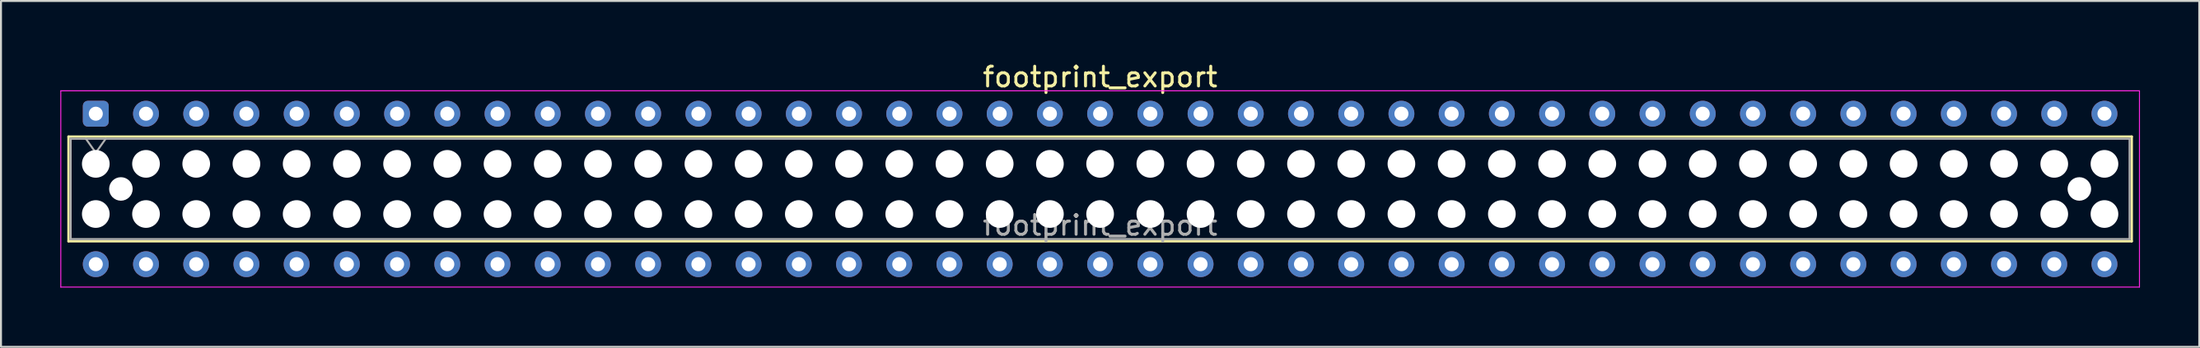
<source format=kicad_pcb>
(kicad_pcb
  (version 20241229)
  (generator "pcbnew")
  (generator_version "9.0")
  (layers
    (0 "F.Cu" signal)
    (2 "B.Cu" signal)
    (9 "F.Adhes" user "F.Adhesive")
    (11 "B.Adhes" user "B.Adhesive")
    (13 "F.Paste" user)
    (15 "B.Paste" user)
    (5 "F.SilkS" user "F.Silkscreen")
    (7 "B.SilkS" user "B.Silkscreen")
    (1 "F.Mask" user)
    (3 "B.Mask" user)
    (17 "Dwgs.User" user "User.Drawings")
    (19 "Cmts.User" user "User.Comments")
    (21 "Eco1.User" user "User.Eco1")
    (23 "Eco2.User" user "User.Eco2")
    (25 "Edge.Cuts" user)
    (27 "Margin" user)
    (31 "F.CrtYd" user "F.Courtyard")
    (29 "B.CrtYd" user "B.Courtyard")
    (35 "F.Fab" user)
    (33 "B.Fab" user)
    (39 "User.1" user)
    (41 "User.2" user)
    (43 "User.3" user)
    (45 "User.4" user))
  (footprint "footprint_export"
    (layer "F.Cu")
    (at 1.795 2.708)
    (property "Reference" "footprint_export" (at 50.8 -1.86 0) (layer "F.SilkS") (effects (font (size 1 1) (thickness 0.15))))
    (attr through_hole)
    (fp_line (start -1.38 1.16) (end 102.98 1.16) (stroke (width 0.12) (type solid)) (layer "F.SilkS"))
    (fp_line (start -1.38 6.46) (end -1.38 1.16) (stroke (width 0.12) (type solid)) (layer "F.SilkS"))
    (fp_line (start 102.98 1.16) (end 102.98 6.46) (stroke (width 0.12) (type solid)) (layer "F.SilkS"))
    (fp_line (start 102.98 6.46) (end -1.38 6.46) (stroke (width 0.12) (type solid)) (layer "F.SilkS"))
    (fp_line (start -1.77 -1.16) (end 103.37 -1.16) (stroke (width 0.05) (type solid)) (layer "F.CrtYd"))
    (fp_line (start -1.77 8.78) (end -1.77 -1.16) (stroke (width 0.05) (type solid)) (layer "F.CrtYd"))
    (fp_line (start 103.37 -1.16) (end 103.37 8.78) (stroke (width 0.05) (type solid)) (layer "F.CrtYd"))
    (fp_line (start 103.37 8.78) (end -1.77 8.78) (stroke (width 0.05) (type solid)) (layer "F.CrtYd"))
    (fp_line (start -1.27 1.27) (end 102.87 1.27) (stroke (width 0.1) (type solid)) (layer "F.Fab"))
    (fp_line (start -1.27 6.35) (end -1.27 1.27) (stroke (width 0.1) (type solid)) (layer "F.Fab"))
    (fp_line (start -0.5 1.27) (end 0 1.977) (stroke (width 0.1) (type solid)) (layer "F.Fab"))
    (fp_line (start 0 1.977) (end 0.5 1.27) (stroke (width 0.1) (type solid)) (layer "F.Fab"))
    (fp_line (start 102.87 1.27) (end 102.87 6.35) (stroke (width 0.1) (type solid)) (layer "F.Fab"))
    (fp_line (start 102.87 6.35) (end -1.27 6.35) (stroke (width 0.1) (type solid)) (layer "F.Fab"))
    (fp_text user "${REFERENCE}" (at 50.8 5.65 0) (layer "F.Fab") (effects (font (size 1 1) (thickness 0.15))))
    (pad "" np_thru_hole circle (at 0 2.54) (size 1.4 1.4) (drill 1.4) (layers "*.Cu" "*.Mask"))
    (pad "" np_thru_hole circle (at 0 5.08) (size 1.4 1.4) (drill 1.4) (layers "*.Cu" "*.Mask"))
    (pad "" np_thru_hole circle (at 1.27 3.81) (size 1.19 1.19) (drill 1.19) (layers "*.Cu" "*.Mask"))
    (pad "" np_thru_hole circle (at 2.54 2.54) (size 1.4 1.4) (drill 1.4) (layers "*.Cu" "*.Mask"))
    (pad "" np_thru_hole circle (at 2.54 5.08) (size 1.4 1.4) (drill 1.4) (layers "*.Cu" "*.Mask"))
    (pad "" np_thru_hole circle (at 5.08 2.54) (size 1.4 1.4) (drill 1.4) (layers "*.Cu" "*.Mask"))
    (pad "" np_thru_hole circle (at 5.08 5.08) (size 1.4 1.4) (drill 1.4) (layers "*.Cu" "*.Mask"))
    (pad "" np_thru_hole circle (at 7.62 2.54) (size 1.4 1.4) (drill 1.4) (layers "*.Cu" "*.Mask"))
    (pad "" np_thru_hole circle (at 7.62 5.08) (size 1.4 1.4) (drill 1.4) (layers "*.Cu" "*.Mask"))
    (pad "" np_thru_hole circle (at 10.16 2.54) (size 1.4 1.4) (drill 1.4) (layers "*.Cu" "*.Mask"))
    (pad "" np_thru_hole circle (at 10.16 5.08) (size 1.4 1.4) (drill 1.4) (layers "*.Cu" "*.Mask"))
    (pad "" np_thru_hole circle (at 12.7 2.54) (size 1.4 1.4) (drill 1.4) (layers "*.Cu" "*.Mask"))
    (pad "" np_thru_hole circle (at 12.7 5.08) (size 1.4 1.4) (drill 1.4) (layers "*.Cu" "*.Mask"))
    (pad "" np_thru_hole circle (at 15.24 2.54) (size 1.4 1.4) (drill 1.4) (layers "*.Cu" "*.Mask"))
    (pad "" np_thru_hole circle (at 15.24 5.08) (size 1.4 1.4) (drill 1.4) (layers "*.Cu" "*.Mask"))
    (pad "" np_thru_hole circle (at 17.78 2.54) (size 1.4 1.4) (drill 1.4) (layers "*.Cu" "*.Mask"))
    (pad "" np_thru_hole circle (at 17.78 5.08) (size 1.4 1.4) (drill 1.4) (layers "*.Cu" "*.Mask"))
    (pad "" np_thru_hole circle (at 20.32 2.54) (size 1.4 1.4) (drill 1.4) (layers "*.Cu" "*.Mask"))
    (pad "" np_thru_hole circle (at 20.32 5.08) (size 1.4 1.4) (drill 1.4) (layers "*.Cu" "*.Mask"))
    (pad "" np_thru_hole circle (at 22.86 2.54) (size 1.4 1.4) (drill 1.4) (layers "*.Cu" "*.Mask"))
    (pad "" np_thru_hole circle (at 22.86 5.08) (size 1.4 1.4) (drill 1.4) (layers "*.Cu" "*.Mask"))
    (pad "" np_thru_hole circle (at 25.4 2.54) (size 1.4 1.4) (drill 1.4) (layers "*.Cu" "*.Mask"))
    (pad "" np_thru_hole circle (at 25.4 5.08) (size 1.4 1.4) (drill 1.4) (layers "*.Cu" "*.Mask"))
    (pad "" np_thru_hole circle (at 27.94 2.54) (size 1.4 1.4) (drill 1.4) (layers "*.Cu" "*.Mask"))
    (pad "" np_thru_hole circle (at 27.94 5.08) (size 1.4 1.4) (drill 1.4) (layers "*.Cu" "*.Mask"))
    (pad "" np_thru_hole circle (at 30.48 2.54) (size 1.4 1.4) (drill 1.4) (layers "*.Cu" "*.Mask"))
    (pad "" np_thru_hole circle (at 30.48 5.08) (size 1.4 1.4) (drill 1.4) (layers "*.Cu" "*.Mask"))
    (pad "" np_thru_hole circle (at 33.02 2.54) (size 1.4 1.4) (drill 1.4) (layers "*.Cu" "*.Mask"))
    (pad "" np_thru_hole circle (at 33.02 5.08) (size 1.4 1.4) (drill 1.4) (layers "*.Cu" "*.Mask"))
    (pad "" np_thru_hole circle (at 35.56 2.54) (size 1.4 1.4) (drill 1.4) (layers "*.Cu" "*.Mask"))
    (pad "" np_thru_hole circle (at 35.56 5.08) (size 1.4 1.4) (drill 1.4) (layers "*.Cu" "*.Mask"))
    (pad "" np_thru_hole circle (at 38.1 2.54) (size 1.4 1.4) (drill 1.4) (layers "*.Cu" "*.Mask"))
    (pad "" np_thru_hole circle (at 38.1 5.08) (size 1.4 1.4) (drill 1.4) (layers "*.Cu" "*.Mask"))
    (pad "" np_thru_hole circle (at 40.64 2.54) (size 1.4 1.4) (drill 1.4) (layers "*.Cu" "*.Mask"))
    (pad "" np_thru_hole circle (at 40.64 5.08) (size 1.4 1.4) (drill 1.4) (layers "*.Cu" "*.Mask"))
    (pad "" np_thru_hole circle (at 43.18 2.54) (size 1.4 1.4) (drill 1.4) (layers "*.Cu" "*.Mask"))
    (pad "" np_thru_hole circle (at 43.18 5.08) (size 1.4 1.4) (drill 1.4) (layers "*.Cu" "*.Mask"))
    (pad "" np_thru_hole circle (at 45.72 2.54) (size 1.4 1.4) (drill 1.4) (layers "*.Cu" "*.Mask"))
    (pad "" np_thru_hole circle (at 45.72 5.08) (size 1.4 1.4) (drill 1.4) (layers "*.Cu" "*.Mask"))
    (pad "" np_thru_hole circle (at 48.26 2.54) (size 1.4 1.4) (drill 1.4) (layers "*.Cu" "*.Mask"))
    (pad "" np_thru_hole circle (at 48.26 5.08) (size 1.4 1.4) (drill 1.4) (layers "*.Cu" "*.Mask"))
    (pad "" np_thru_hole circle (at 50.8 2.54) (size 1.4 1.4) (drill 1.4) (layers "*.Cu" "*.Mask"))
    (pad "" np_thru_hole circle (at 50.8 5.08) (size 1.4 1.4) (drill 1.4) (layers "*.Cu" "*.Mask"))
    (pad "" np_thru_hole circle (at 53.34 2.54) (size 1.4 1.4) (drill 1.4) (layers "*.Cu" "*.Mask"))
    (pad "" np_thru_hole circle (at 53.34 5.08) (size 1.4 1.4) (drill 1.4) (layers "*.Cu" "*.Mask"))
    (pad "" np_thru_hole circle (at 55.88 2.54) (size 1.4 1.4) (drill 1.4) (layers "*.Cu" "*.Mask"))
    (pad "" np_thru_hole circle (at 55.88 5.08) (size 1.4 1.4) (drill 1.4) (layers "*.Cu" "*.Mask"))
    (pad "" np_thru_hole circle (at 58.42 2.54) (size 1.4 1.4) (drill 1.4) (layers "*.Cu" "*.Mask"))
    (pad "" np_thru_hole circle (at 58.42 5.08) (size 1.4 1.4) (drill 1.4) (layers "*.Cu" "*.Mask"))
    (pad "" np_thru_hole circle (at 60.96 2.54) (size 1.4 1.4) (drill 1.4) (layers "*.Cu" "*.Mask"))
    (pad "" np_thru_hole circle (at 60.96 5.08) (size 1.4 1.4) (drill 1.4) (layers "*.Cu" "*.Mask"))
    (pad "" np_thru_hole circle (at 63.5 2.54) (size 1.4 1.4) (drill 1.4) (layers "*.Cu" "*.Mask"))
    (pad "" np_thru_hole circle (at 63.5 5.08) (size 1.4 1.4) (drill 1.4) (layers "*.Cu" "*.Mask"))
    (pad "" np_thru_hole circle (at 66.04 2.54) (size 1.4 1.4) (drill 1.4) (layers "*.Cu" "*.Mask"))
    (pad "" np_thru_hole circle (at 66.04 5.08) (size 1.4 1.4) (drill 1.4) (layers "*.Cu" "*.Mask"))
    (pad "" np_thru_hole circle (at 68.58 2.54) (size 1.4 1.4) (drill 1.4) (layers "*.Cu" "*.Mask"))
    (pad "" np_thru_hole circle (at 68.58 5.08) (size 1.4 1.4) (drill 1.4) (layers "*.Cu" "*.Mask"))
    (pad "" np_thru_hole circle (at 71.12 2.54) (size 1.4 1.4) (drill 1.4) (layers "*.Cu" "*.Mask"))
    (pad "" np_thru_hole circle (at 71.12 5.08) (size 1.4 1.4) (drill 1.4) (layers "*.Cu" "*.Mask"))
    (pad "" np_thru_hole circle (at 73.66 2.54) (size 1.4 1.4) (drill 1.4) (layers "*.Cu" "*.Mask"))
    (pad "" np_thru_hole circle (at 73.66 5.08) (size 1.4 1.4) (drill 1.4) (layers "*.Cu" "*.Mask"))
    (pad "" np_thru_hole circle (at 76.2 2.54) (size 1.4 1.4) (drill 1.4) (layers "*.Cu" "*.Mask"))
    (pad "" np_thru_hole circle (at 76.2 5.08) (size 1.4 1.4) (drill 1.4) (layers "*.Cu" "*.Mask"))
    (pad "" np_thru_hole circle (at 78.74 2.54) (size 1.4 1.4) (drill 1.4) (layers "*.Cu" "*.Mask"))
    (pad "" np_thru_hole circle (at 78.74 5.08) (size 1.4 1.4) (drill 1.4) (layers "*.Cu" "*.Mask"))
    (pad "" np_thru_hole circle (at 81.28 2.54) (size 1.4 1.4) (drill 1.4) (layers "*.Cu" "*.Mask"))
    (pad "" np_thru_hole circle (at 81.28 5.08) (size 1.4 1.4) (drill 1.4) (layers "*.Cu" "*.Mask"))
    (pad "" np_thru_hole circle (at 83.82 2.54) (size 1.4 1.4) (drill 1.4) (layers "*.Cu" "*.Mask"))
    (pad "" np_thru_hole circle (at 83.82 5.08) (size 1.4 1.4) (drill 1.4) (layers "*.Cu" "*.Mask"))
    (pad "" np_thru_hole circle (at 86.36 2.54) (size 1.4 1.4) (drill 1.4) (layers "*.Cu" "*.Mask"))
    (pad "" np_thru_hole circle (at 86.36 5.08) (size 1.4 1.4) (drill 1.4) (layers "*.Cu" "*.Mask"))
    (pad "" np_thru_hole circle (at 88.9 2.54) (size 1.4 1.4) (drill 1.4) (layers "*.Cu" "*.Mask"))
    (pad "" np_thru_hole circle (at 88.9 5.08) (size 1.4 1.4) (drill 1.4) (layers "*.Cu" "*.Mask"))
    (pad "" np_thru_hole circle (at 91.44 2.54) (size 1.4 1.4) (drill 1.4) (layers "*.Cu" "*.Mask"))
    (pad "" np_thru_hole circle (at 91.44 5.08) (size 1.4 1.4) (drill 1.4) (layers "*.Cu" "*.Mask"))
    (pad "" np_thru_hole circle (at 93.98 2.54) (size 1.4 1.4) (drill 1.4) (layers "*.Cu" "*.Mask"))
    (pad "" np_thru_hole circle (at 93.98 5.08) (size 1.4 1.4) (drill 1.4) (layers "*.Cu" "*.Mask"))
    (pad "" np_thru_hole circle (at 96.52 2.54) (size 1.4 1.4) (drill 1.4) (layers "*.Cu" "*.Mask"))
    (pad "" np_thru_hole circle (at 96.52 5.08) (size 1.4 1.4) (drill 1.4) (layers "*.Cu" "*.Mask"))
    (pad "" np_thru_hole circle (at 99.06 2.54) (size 1.4 1.4) (drill 1.4) (layers "*.Cu" "*.Mask"))
    (pad "" np_thru_hole circle (at 99.06 5.08) (size 1.4 1.4) (drill 1.4) (layers "*.Cu" "*.Mask"))
    (pad "" np_thru_hole circle (at 100.33 3.81) (size 1.19 1.19) (drill 1.19) (layers "*.Cu" "*.Mask"))
    (pad "" np_thru_hole circle (at 101.6 2.54) (size 1.4 1.4) (drill 1.4) (layers "*.Cu" "*.Mask"))
    (pad "" np_thru_hole circle (at 101.6 5.08) (size 1.4 1.4) (drill 1.4) (layers "*.Cu" "*.Mask"))
    (pad "1" thru_hole roundrect (at 0 0) (size 1.31 1.31) (drill 0.71) (layers "*.Cu" "*.Mask") (roundrect_rratio 0.191))
    (pad "2" thru_hole circle (at 0 7.62) (size 1.31 1.31) (drill 0.71) (layers "*.Cu" "*.Mask"))
    (pad "3" thru_hole circle (at 2.54 0) (size 1.31 1.31) (drill 0.71) (layers "*.Cu" "*.Mask"))
    (pad "4" thru_hole circle (at 2.54 7.62) (size 1.31 1.31) (drill 0.71) (layers "*.Cu" "*.Mask"))
    (pad "5" thru_hole circle (at 5.08 0) (size 1.31 1.31) (drill 0.71) (layers "*.Cu" "*.Mask"))
    (pad "6" thru_hole circle (at 5.08 7.62) (size 1.31 1.31) (drill 0.71) (layers "*.Cu" "*.Mask"))
    (pad "7" thru_hole circle (at 7.62 0) (size 1.31 1.31) (drill 0.71) (layers "*.Cu" "*.Mask"))
    (pad "8" thru_hole circle (at 7.62 7.62) (size 1.31 1.31) (drill 0.71) (layers "*.Cu" "*.Mask"))
    (pad "9" thru_hole circle (at 10.16 0) (size 1.31 1.31) (drill 0.71) (layers "*.Cu" "*.Mask"))
    (pad "10" thru_hole circle (at 10.16 7.62) (size 1.31 1.31) (drill 0.71) (layers "*.Cu" "*.Mask"))
    (pad "11" thru_hole circle (at 12.7 0) (size 1.31 1.31) (drill 0.71) (layers "*.Cu" "*.Mask"))
    (pad "12" thru_hole circle (at 12.7 7.62) (size 1.31 1.31) (drill 0.71) (layers "*.Cu" "*.Mask"))
    (pad "13" thru_hole circle (at 15.24 0) (size 1.31 1.31) (drill 0.71) (layers "*.Cu" "*.Mask"))
    (pad "14" thru_hole circle (at 15.24 7.62) (size 1.31 1.31) (drill 0.71) (layers "*.Cu" "*.Mask"))
    (pad "15" thru_hole circle (at 17.78 0) (size 1.31 1.31) (drill 0.71) (layers "*.Cu" "*.Mask"))
    (pad "16" thru_hole circle (at 17.78 7.62) (size 1.31 1.31) (drill 0.71) (layers "*.Cu" "*.Mask"))
    (pad "17" thru_hole circle (at 20.32 0) (size 1.31 1.31) (drill 0.71) (layers "*.Cu" "*.Mask"))
    (pad "18" thru_hole circle (at 20.32 7.62) (size 1.31 1.31) (drill 0.71) (layers "*.Cu" "*.Mask"))
    (pad "19" thru_hole circle (at 22.86 0) (size 1.31 1.31) (drill 0.71) (layers "*.Cu" "*.Mask"))
    (pad "20" thru_hole circle (at 22.86 7.62) (size 1.31 1.31) (drill 0.71) (layers "*.Cu" "*.Mask"))
    (pad "21" thru_hole circle (at 25.4 0) (size 1.31 1.31) (drill 0.71) (layers "*.Cu" "*.Mask"))
    (pad "22" thru_hole circle (at 25.4 7.62) (size 1.31 1.31) (drill 0.71) (layers "*.Cu" "*.Mask"))
    (pad "23" thru_hole circle (at 27.94 0) (size 1.31 1.31) (drill 0.71) (layers "*.Cu" "*.Mask"))
    (pad "24" thru_hole circle (at 27.94 7.62) (size 1.31 1.31) (drill 0.71) (layers "*.Cu" "*.Mask"))
    (pad "25" thru_hole circle (at 30.48 0) (size 1.31 1.31) (drill 0.71) (layers "*.Cu" "*.Mask"))
    (pad "26" thru_hole circle (at 30.48 7.62) (size 1.31 1.31) (drill 0.71) (layers "*.Cu" "*.Mask"))
    (pad "27" thru_hole circle (at 33.02 0) (size 1.31 1.31) (drill 0.71) (layers "*.Cu" "*.Mask"))
    (pad "28" thru_hole circle (at 33.02 7.62) (size 1.31 1.31) (drill 0.71) (layers "*.Cu" "*.Mask"))
    (pad "29" thru_hole circle (at 35.56 0) (size 1.31 1.31) (drill 0.71) (layers "*.Cu" "*.Mask"))
    (pad "30" thru_hole circle (at 35.56 7.62) (size 1.31 1.31) (drill 0.71) (layers "*.Cu" "*.Mask"))
    (pad "31" thru_hole circle (at 38.1 0) (size 1.31 1.31) (drill 0.71) (layers "*.Cu" "*.Mask"))
    (pad "32" thru_hole circle (at 38.1 7.62) (size 1.31 1.31) (drill 0.71) (layers "*.Cu" "*.Mask"))
    (pad "33" thru_hole circle (at 40.64 0) (size 1.31 1.31) (drill 0.71) (layers "*.Cu" "*.Mask"))
    (pad "34" thru_hole circle (at 40.64 7.62) (size 1.31 1.31) (drill 0.71) (layers "*.Cu" "*.Mask"))
    (pad "35" thru_hole circle (at 43.18 0) (size 1.31 1.31) (drill 0.71) (layers "*.Cu" "*.Mask"))
    (pad "36" thru_hole circle (at 43.18 7.62) (size 1.31 1.31) (drill 0.71) (layers "*.Cu" "*.Mask"))
    (pad "37" thru_hole circle (at 45.72 0) (size 1.31 1.31) (drill 0.71) (layers "*.Cu" "*.Mask"))
    (pad "38" thru_hole circle (at 45.72 7.62) (size 1.31 1.31) (drill 0.71) (layers "*.Cu" "*.Mask"))
    (pad "39" thru_hole circle (at 48.26 0) (size 1.31 1.31) (drill 0.71) (layers "*.Cu" "*.Mask"))
    (pad "40" thru_hole circle (at 48.26 7.62) (size 1.31 1.31) (drill 0.71) (layers "*.Cu" "*.Mask"))
    (pad "41" thru_hole circle (at 50.8 0) (size 1.31 1.31) (drill 0.71) (layers "*.Cu" "*.Mask"))
    (pad "42" thru_hole circle (at 50.8 7.62) (size 1.31 1.31) (drill 0.71) (layers "*.Cu" "*.Mask"))
    (pad "43" thru_hole circle (at 53.34 0) (size 1.31 1.31) (drill 0.71) (layers "*.Cu" "*.Mask"))
    (pad "44" thru_hole circle (at 53.34 7.62) (size 1.31 1.31) (drill 0.71) (layers "*.Cu" "*.Mask"))
    (pad "45" thru_hole circle (at 55.88 0) (size 1.31 1.31) (drill 0.71) (layers "*.Cu" "*.Mask"))
    (pad "46" thru_hole circle (at 55.88 7.62) (size 1.31 1.31) (drill 0.71) (layers "*.Cu" "*.Mask"))
    (pad "47" thru_hole circle (at 58.42 0) (size 1.31 1.31) (drill 0.71) (layers "*.Cu" "*.Mask"))
    (pad "48" thru_hole circle (at 58.42 7.62) (size 1.31 1.31) (drill 0.71) (layers "*.Cu" "*.Mask"))
    (pad "49" thru_hole circle (at 60.96 0) (size 1.31 1.31) (drill 0.71) (layers "*.Cu" "*.Mask"))
    (pad "50" thru_hole circle (at 60.96 7.62) (size 1.31 1.31) (drill 0.71) (layers "*.Cu" "*.Mask"))
    (pad "51" thru_hole circle (at 63.5 0) (size 1.31 1.31) (drill 0.71) (layers "*.Cu" "*.Mask"))
    (pad "52" thru_hole circle (at 63.5 7.62) (size 1.31 1.31) (drill 0.71) (layers "*.Cu" "*.Mask"))
    (pad "53" thru_hole circle (at 66.04 0) (size 1.31 1.31) (drill 0.71) (layers "*.Cu" "*.Mask"))
    (pad "54" thru_hole circle (at 66.04 7.62) (size 1.31 1.31) (drill 0.71) (layers "*.Cu" "*.Mask"))
    (pad "55" thru_hole circle (at 68.58 0) (size 1.31 1.31) (drill 0.71) (layers "*.Cu" "*.Mask"))
    (pad "56" thru_hole circle (at 68.58 7.62) (size 1.31 1.31) (drill 0.71) (layers "*.Cu" "*.Mask"))
    (pad "57" thru_hole circle (at 71.12 0) (size 1.31 1.31) (drill 0.71) (layers "*.Cu" "*.Mask"))
    (pad "58" thru_hole circle (at 71.12 7.62) (size 1.31 1.31) (drill 0.71) (layers "*.Cu" "*.Mask"))
    (pad "59" thru_hole circle (at 73.66 0) (size 1.31 1.31) (drill 0.71) (layers "*.Cu" "*.Mask"))
    (pad "60" thru_hole circle (at 73.66 7.62) (size 1.31 1.31) (drill 0.71) (layers "*.Cu" "*.Mask"))
    (pad "61" thru_hole circle (at 76.2 0) (size 1.31 1.31) (drill 0.71) (layers "*.Cu" "*.Mask"))
    (pad "62" thru_hole circle (at 76.2 7.62) (size 1.31 1.31) (drill 0.71) (layers "*.Cu" "*.Mask"))
    (pad "63" thru_hole circle (at 78.74 0) (size 1.31 1.31) (drill 0.71) (layers "*.Cu" "*.Mask"))
    (pad "64" thru_hole circle (at 78.74 7.62) (size 1.31 1.31) (drill 0.71) (layers "*.Cu" "*.Mask"))
    (pad "65" thru_hole circle (at 81.28 0) (size 1.31 1.31) (drill 0.71) (layers "*.Cu" "*.Mask"))
    (pad "66" thru_hole circle (at 81.28 7.62) (size 1.31 1.31) (drill 0.71) (layers "*.Cu" "*.Mask"))
    (pad "67" thru_hole circle (at 83.82 0) (size 1.31 1.31) (drill 0.71) (layers "*.Cu" "*.Mask"))
    (pad "68" thru_hole circle (at 83.82 7.62) (size 1.31 1.31) (drill 0.71) (layers "*.Cu" "*.Mask"))
    (pad "69" thru_hole circle (at 86.36 0) (size 1.31 1.31) (drill 0.71) (layers "*.Cu" "*.Mask"))
    (pad "70" thru_hole circle (at 86.36 7.62) (size 1.31 1.31) (drill 0.71) (layers "*.Cu" "*.Mask"))
    (pad "71" thru_hole circle (at 88.9 0) (size 1.31 1.31) (drill 0.71) (layers "*.Cu" "*.Mask"))
    (pad "72" thru_hole circle (at 88.9 7.62) (size 1.31 1.31) (drill 0.71) (layers "*.Cu" "*.Mask"))
    (pad "73" thru_hole circle (at 91.44 0) (size 1.31 1.31) (drill 0.71) (layers "*.Cu" "*.Mask"))
    (pad "74" thru_hole circle (at 91.44 7.62) (size 1.31 1.31) (drill 0.71) (layers "*.Cu" "*.Mask"))
    (pad "75" thru_hole circle (at 93.98 0) (size 1.31 1.31) (drill 0.71) (layers "*.Cu" "*.Mask"))
    (pad "76" thru_hole circle (at 93.98 7.62) (size 1.31 1.31) (drill 0.71) (layers "*.Cu" "*.Mask"))
    (pad "77" thru_hole circle (at 96.52 0) (size 1.31 1.31) (drill 0.71) (layers "*.Cu" "*.Mask"))
    (pad "78" thru_hole circle (at 96.52 7.62) (size 1.31 1.31) (drill 0.71) (layers "*.Cu" "*.Mask"))
    (pad "79" thru_hole circle (at 99.06 0) (size 1.31 1.31) (drill 0.71) (layers "*.Cu" "*.Mask"))
    (pad "80" thru_hole circle (at 99.06 7.62) (size 1.31 1.31) (drill 0.71) (layers "*.Cu" "*.Mask"))
    (pad "81" thru_hole circle (at 101.6 0) (size 1.31 1.31) (drill 0.71) (layers "*.Cu" "*.Mask"))
    (pad "82" thru_hole circle (at 101.6 7.62) (size 1.31 1.31) (drill 0.71) (layers "*.Cu" "*.Mask")))
  (gr_rect
    (start -3 -3)
    (end 108.19 14.513)
    (stroke (width 0.1) (type default))
    (fill no)
    (layer "Edge.Cuts")))
</source>
